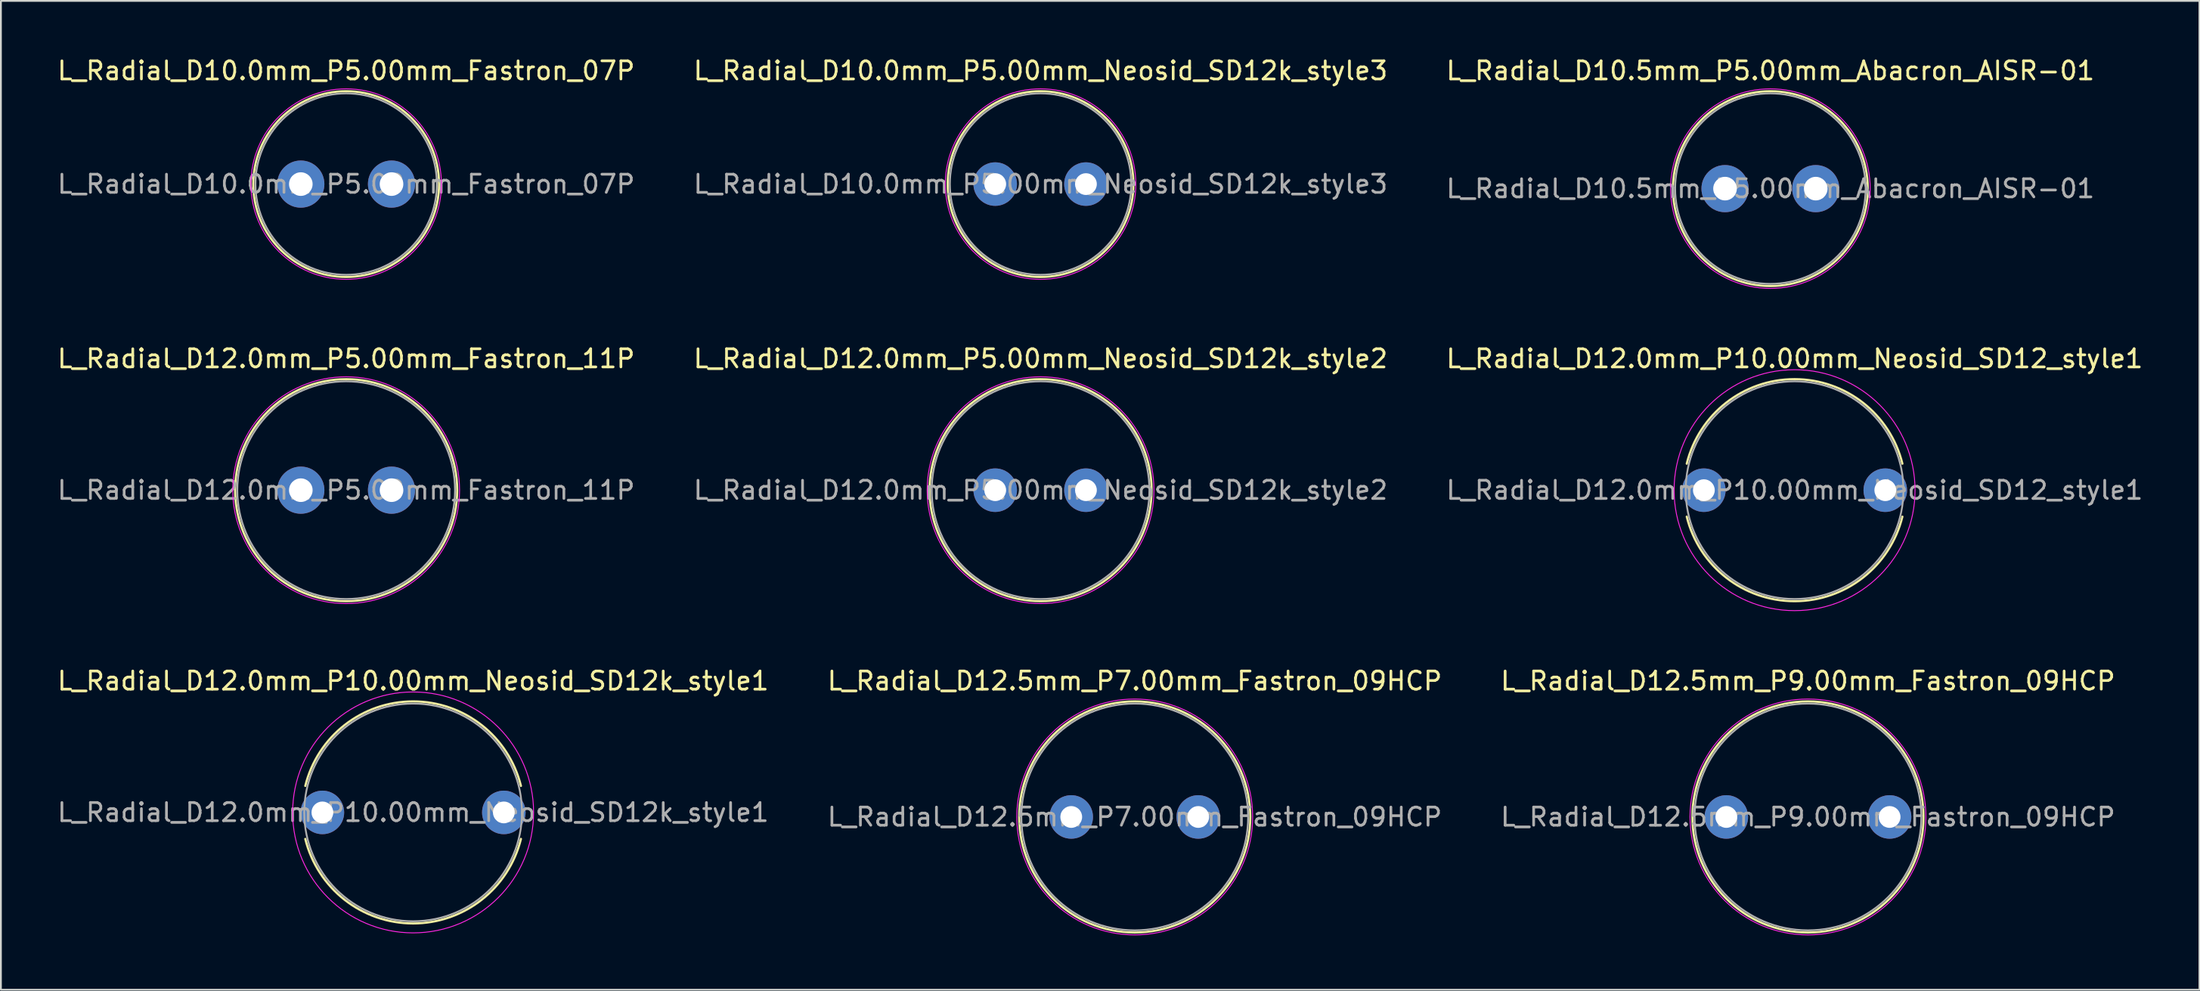
<source format=kicad_pcb>
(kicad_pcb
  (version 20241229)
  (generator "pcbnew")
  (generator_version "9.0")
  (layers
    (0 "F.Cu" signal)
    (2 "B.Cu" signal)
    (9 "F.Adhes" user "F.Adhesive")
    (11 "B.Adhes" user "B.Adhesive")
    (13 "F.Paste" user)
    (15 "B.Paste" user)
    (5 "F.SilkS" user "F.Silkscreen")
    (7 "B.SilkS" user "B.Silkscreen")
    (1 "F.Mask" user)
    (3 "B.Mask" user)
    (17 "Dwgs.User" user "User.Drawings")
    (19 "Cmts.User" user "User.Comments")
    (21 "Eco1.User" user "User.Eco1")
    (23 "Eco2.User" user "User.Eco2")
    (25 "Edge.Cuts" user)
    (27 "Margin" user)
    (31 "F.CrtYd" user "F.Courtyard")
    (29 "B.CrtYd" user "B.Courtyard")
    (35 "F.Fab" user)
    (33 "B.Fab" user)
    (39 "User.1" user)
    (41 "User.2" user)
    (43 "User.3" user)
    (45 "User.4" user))
  (footprint "L_Radial_D12.0mm_P10.00mm_Neosid_SD12k_style1"
    (layer "F.Cu")
    (at 14.72 41.735)
    (property "Reference" "L_Radial_D12.0mm_P10.00mm_Neosid_SD12k_style1" (at 5 -7.25 0) (layer "F.SilkS") (effects (font (size 1 1) (thickness 0.15))))
    (attr through_hole)
    (fp_arc (start -0.943299 -1.46) (mid 5 -6.12) (end 10.943299 -1.46) (stroke (width 0.12) (type solid)) (layer "F.SilkS"))
    (fp_arc (start 10.943299 1.46) (mid 5 6.12) (end -0.943299 1.46) (stroke (width 0.12) (type solid)) (layer "F.SilkS"))
    (fp_circle (center 5 0) (end 11.64 0) (stroke (width 0.05) (type solid)) (fill no) (layer "F.CrtYd"))
    (fp_circle (center 5 0) (end 11 0) (stroke (width 0.1) (type solid)) (fill no) (layer "F.Fab"))
    (fp_text user "${REFERENCE}" (at 5 0 0) (layer "F.Fab") (effects (font (size 1 1) (thickness 0.15))))
    (pad "1" thru_hole circle (at 0 0) (size 2.4 2.4) (drill 1.2) (layers "*.Cu" "*.Mask"))
    (pad "2" thru_hole circle (at 10 0) (size 2.4 2.4) (drill 1.2) (layers "*.Cu" "*.Mask")))
  (footprint "L_Radial_D12.0mm_P5.00mm_Fastron_11P"
    (layer "F.Cu")
    (at 13.53 23.971)
    (property "Reference" "L_Radial_D12.0mm_P5.00mm_Fastron_11P" (at 2.5 -7.25 0) (layer "F.SilkS") (effects (font (size 1 1) (thickness 0.15))))
    (attr through_hole)
    (fp_circle (center 2.5 0) (end 8.62 0) (stroke (width 0.12) (type solid)) (fill no) (layer "F.SilkS"))
    (fp_circle (center 2.5 0) (end 8.75 0) (stroke (width 0.05) (type solid)) (fill no) (layer "F.CrtYd"))
    (fp_circle (center 2.5 0) (end 8.5 0) (stroke (width 0.1) (type solid)) (fill no) (layer "F.Fab"))
    (fp_text user "${REFERENCE}" (at 2.5 0 0) (layer "F.Fab") (effects (font (size 1 1) (thickness 0.15))))
    (pad "1" thru_hole circle (at 0 0) (size 2.6 2.6) (drill 1.3) (layers "*.Cu" "*.Mask"))
    (pad "2" thru_hole circle (at 5 0) (size 2.6 2.6) (drill 1.3) (layers "*.Cu" "*.Mask")))
  (footprint "L_Radial_D12.0mm_P5.00mm_Neosid_SD12k_style2"
    (layer "F.Cu")
    (at 51.804 23.971)
    (property "Reference" "L_Radial_D12.0mm_P5.00mm_Neosid_SD12k_style2" (at 2.5 -7.25 0) (layer "F.SilkS") (effects (font (size 1 1) (thickness 0.15))))
    (attr through_hole)
    (fp_circle (center 2.5 0) (end 8.62 0) (stroke (width 0.12) (type solid)) (fill no) (layer "F.SilkS"))
    (fp_circle (center 2.5 0) (end 8.75 0) (stroke (width 0.05) (type solid)) (fill no) (layer "F.CrtYd"))
    (fp_circle (center 2.5 0) (end 8.5 0) (stroke (width 0.1) (type solid)) (fill no) (layer "F.Fab"))
    (fp_text user "${REFERENCE}" (at 2.5 0 0) (layer "F.Fab") (effects (font (size 1 1) (thickness 0.15))))
    (pad "1" thru_hole circle (at 0 0) (size 2.4 2.4) (drill 1.2) (layers "*.Cu" "*.Mask"))
    (pad "2" thru_hole circle (at 5 0) (size 2.4 2.4) (drill 1.2) (layers "*.Cu" "*.Mask")))
  (footprint "L_Radial_D12.5mm_P7.00mm_Fastron_09HCP"
    (layer "F.Cu")
    (at 55.994 41.985)
    (property "Reference" "L_Radial_D12.5mm_P7.00mm_Fastron_09HCP" (at 3.5 -7.5 0) (layer "F.SilkS") (effects (font (size 1 1) (thickness 0.15))))
    (attr through_hole)
    (fp_circle (center 3.5 0) (end 9.87 0) (stroke (width 0.12) (type solid)) (fill no) (layer "F.SilkS"))
    (fp_circle (center 3.5 0) (end 10 0) (stroke (width 0.05) (type solid)) (fill no) (layer "F.CrtYd"))
    (fp_circle (center 3.5 0) (end 9.75 0) (stroke (width 0.1) (type solid)) (fill no) (layer "F.Fab"))
    (fp_text user "${REFERENCE}" (at 3.5 0 0) (layer "F.Fab") (effects (font (size 1 1) (thickness 0.15))))
    (pad "1" thru_hole circle (at 0 0) (size 2.4 2.4) (drill 1.2) (layers "*.Cu" "*.Mask"))
    (pad "2" thru_hole circle (at 7 0) (size 2.4 2.4) (drill 1.2) (layers "*.Cu" "*.Mask")))
  (footprint "L_Radial_D10.0mm_P5.00mm_Fastron_07P"
    (layer "F.Cu")
    (at 13.53 7.098)
    (property "Reference" "L_Radial_D10.0mm_P5.00mm_Fastron_07P" (at 2.5 -6.25 0) (layer "F.SilkS") (effects (font (size 1 1) (thickness 0.15))))
    (attr through_hole)
    (fp_circle (center 2.5 0) (end 7.62 0) (stroke (width 0.12) (type solid)) (fill no) (layer "F.SilkS"))
    (fp_circle (center 2.5 0) (end 7.75 0) (stroke (width 0.05) (type solid)) (fill no) (layer "F.CrtYd"))
    (fp_circle (center 2.5 0) (end 7.5 0) (stroke (width 0.1) (type solid)) (fill no) (layer "F.Fab"))
    (fp_text user "${REFERENCE}" (at 2.5 0 0) (layer "F.Fab") (effects (font (size 1 1) (thickness 0.15))))
    (pad "1" thru_hole circle (at 0 0) (size 2.6 2.6) (drill 1.3) (layers "*.Cu" "*.Mask"))
    (pad "2" thru_hole circle (at 5 0) (size 2.6 2.6) (drill 1.3) (layers "*.Cu" "*.Mask")))
  (footprint "L_Radial_D12.5mm_P9.00mm_Fastron_09HCP"
    (layer "F.Cu")
    (at 92.101 41.985)
    (property "Reference" "L_Radial_D12.5mm_P9.00mm_Fastron_09HCP" (at 4.5 -7.5 0) (layer "F.SilkS") (effects (font (size 1 1) (thickness 0.15))))
    (attr through_hole)
    (fp_circle (center 4.5 0) (end 10.87 0) (stroke (width 0.12) (type solid)) (fill no) (layer "F.SilkS"))
    (fp_circle (center 4.5 0) (end 11 0) (stroke (width 0.05) (type solid)) (fill no) (layer "F.CrtYd"))
    (fp_circle (center 4.5 0) (end 10.75 0) (stroke (width 0.1) (type solid)) (fill no) (layer "F.Fab"))
    (fp_text user "${REFERENCE}" (at 4.5 0 0) (layer "F.Fab") (effects (font (size 1 1) (thickness 0.15))))
    (pad "1" thru_hole circle (at 0 0) (size 2.4 2.4) (drill 1.2) (layers "*.Cu" "*.Mask"))
    (pad "2" thru_hole circle (at 9 0) (size 2.4 2.4) (drill 1.2) (layers "*.Cu" "*.Mask")))
  (footprint "L_Radial_D10.5mm_P5.00mm_Abacron_AISR-01"
    (layer "F.Cu")
    (at 92.03 7.348)
    (property "Reference" "L_Radial_D10.5mm_P5.00mm_Abacron_AISR-01" (at 2.5 -6.5 0) (layer "F.SilkS") (effects (font (size 1 1) (thickness 0.15))))
    (attr through_hole)
    (fp_circle (center 2.5 0) (end 7.87 0) (stroke (width 0.12) (type solid)) (fill no) (layer "F.SilkS"))
    (fp_circle (center 2.5 0) (end 8 0) (stroke (width 0.05) (type solid)) (fill no) (layer "F.CrtYd"))
    (fp_circle (center 2.5 0) (end 7.75 0) (stroke (width 0.1) (type solid)) (fill no) (layer "F.Fab"))
    (fp_text user "${REFERENCE}" (at 2.5 0 0) (layer "F.Fab") (effects (font (size 1 1) (thickness 0.15))))
    (pad "1" thru_hole circle (at 0 0) (size 2.6 2.6) (drill 1.3) (layers "*.Cu" "*.Mask"))
    (pad "2" thru_hole circle (at 5 0) (size 2.6 2.6) (drill 1.3) (layers "*.Cu" "*.Mask")))
  (footprint "L_Radial_D10.0mm_P5.00mm_Neosid_SD12k_style3"
    (layer "F.Cu")
    (at 51.804 7.098)
    (property "Reference" "L_Radial_D10.0mm_P5.00mm_Neosid_SD12k_style3" (at 2.5 -6.25 0) (layer "F.SilkS") (effects (font (size 1 1) (thickness 0.15))))
    (attr through_hole)
    (fp_circle (center 2.5 0) (end 7.62 0) (stroke (width 0.12) (type solid)) (fill no) (layer "F.SilkS"))
    (fp_circle (center 2.5 0) (end 7.75 0) (stroke (width 0.05) (type solid)) (fill no) (layer "F.CrtYd"))
    (fp_circle (center 2.5 0) (end 7.5 0) (stroke (width 0.1) (type solid)) (fill no) (layer "F.Fab"))
    (fp_text user "${REFERENCE}" (at 2.5 0 0) (layer "F.Fab") (effects (font (size 1 1) (thickness 0.15))))
    (pad "1" thru_hole circle (at 0 0) (size 2.4 2.4) (drill 1.2) (layers "*.Cu" "*.Mask"))
    (pad "2" thru_hole circle (at 5 0) (size 2.4 2.4) (drill 1.2) (layers "*.Cu" "*.Mask")))
  (footprint "L_Radial_D12.0mm_P10.00mm_Neosid_SD12_style1"
    (layer "F.Cu")
    (at 90.863 23.971)
    (property "Reference" "L_Radial_D12.0mm_P10.00mm_Neosid_SD12_style1" (at 5 -7.25 0) (layer "F.SilkS") (effects (font (size 1 1) (thickness 0.15))))
    (attr through_hole)
    (fp_arc (start -0.943299 -1.46) (mid 5 -6.12) (end 10.943299 -1.46) (stroke (width 0.12) (type solid)) (layer "F.SilkS"))
    (fp_arc (start 10.943299 1.46) (mid 5 6.12) (end -0.943299 1.46) (stroke (width 0.12) (type solid)) (layer "F.SilkS"))
    (fp_circle (center 5 0) (end 11.64 0) (stroke (width 0.05) (type solid)) (fill no) (layer "F.CrtYd"))
    (fp_circle (center 5 0) (end 11 0) (stroke (width 0.1) (type solid)) (fill no) (layer "F.Fab"))
    (fp_text user "${REFERENCE}" (at 5 0 0) (layer "F.Fab") (effects (font (size 1 1) (thickness 0.15))))
    (pad "1" thru_hole circle (at 0 0) (size 2.4 2.4) (drill 1.2) (layers "*.Cu" "*.Mask"))
    (pad "2" thru_hole circle (at 10 0) (size 2.4 2.4) (drill 1.2) (layers "*.Cu" "*.Mask")))
  (gr_rect
    (start -3 -3)
    (end 118.179 51.51)
    (stroke (width 0.1) (type default))
    (fill no)
    (layer "Edge.Cuts")))
</source>
